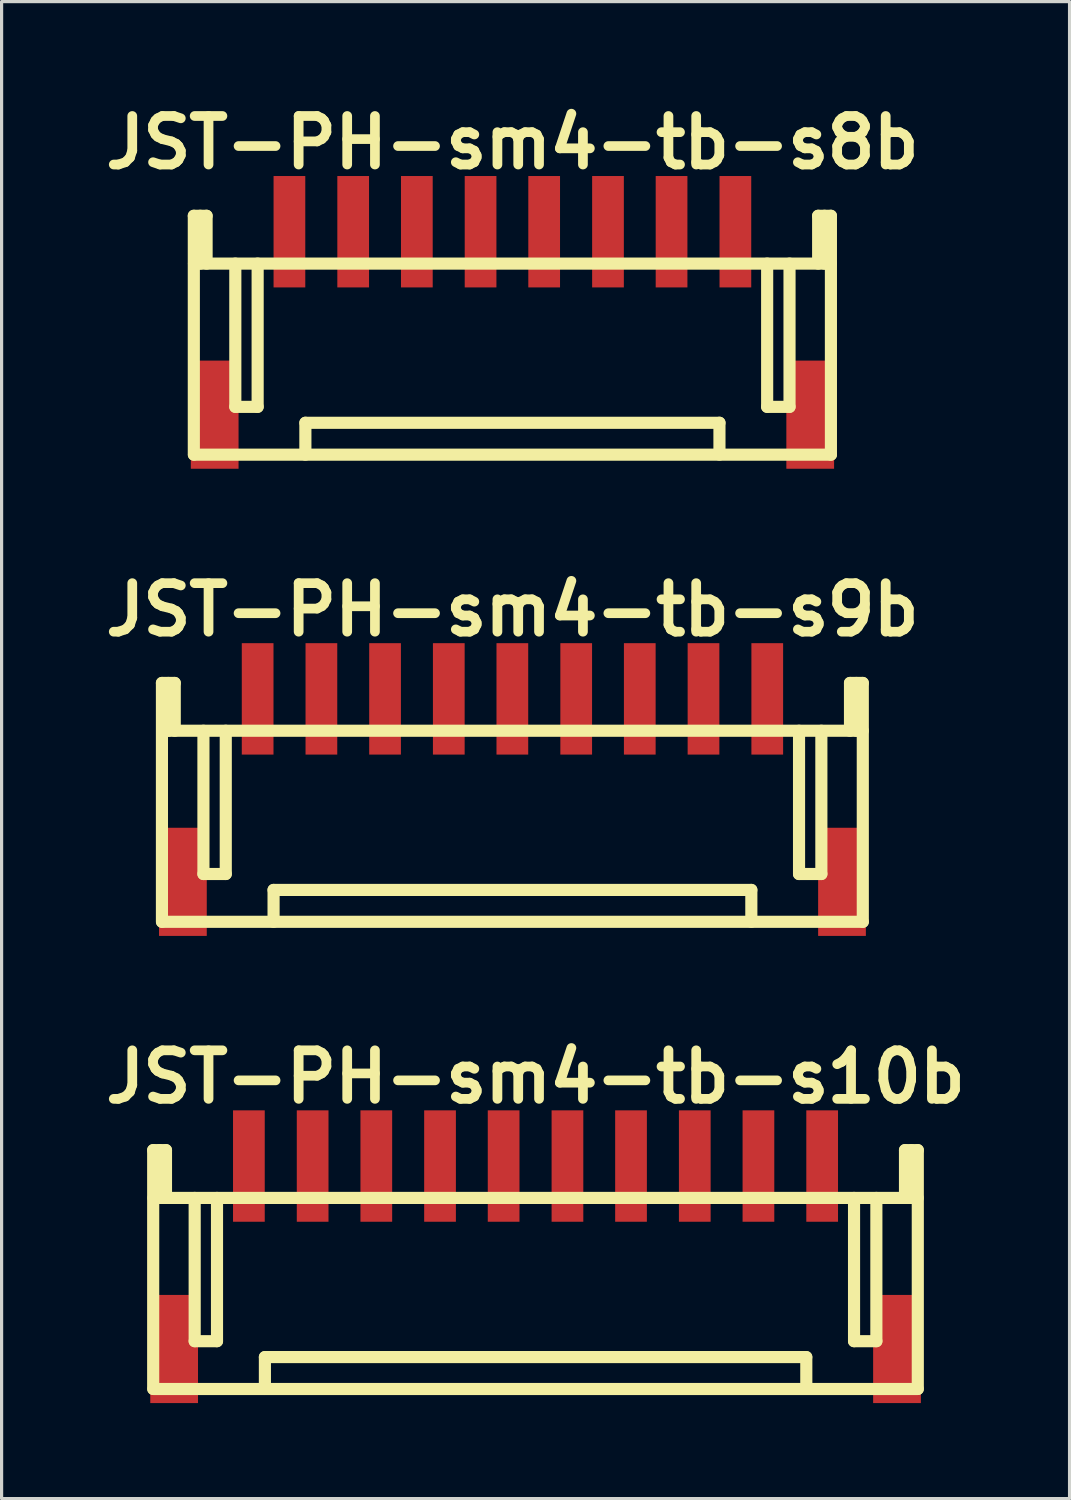
<source format=kicad_pcb>
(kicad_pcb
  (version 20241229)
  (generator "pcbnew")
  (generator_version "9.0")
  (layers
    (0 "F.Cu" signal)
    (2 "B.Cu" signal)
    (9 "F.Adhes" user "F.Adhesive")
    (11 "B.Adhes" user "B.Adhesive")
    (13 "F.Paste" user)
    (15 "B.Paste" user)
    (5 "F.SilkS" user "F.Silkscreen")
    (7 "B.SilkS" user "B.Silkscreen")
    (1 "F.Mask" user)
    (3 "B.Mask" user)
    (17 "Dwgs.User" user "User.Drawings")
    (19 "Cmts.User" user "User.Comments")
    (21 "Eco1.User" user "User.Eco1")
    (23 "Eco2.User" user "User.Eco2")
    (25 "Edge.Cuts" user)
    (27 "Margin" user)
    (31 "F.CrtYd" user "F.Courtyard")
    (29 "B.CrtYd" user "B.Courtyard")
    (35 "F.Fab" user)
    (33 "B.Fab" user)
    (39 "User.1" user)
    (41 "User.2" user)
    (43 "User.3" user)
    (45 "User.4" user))
  (footprint "JST-PH-sm4-tb-s8b"
    (layer "F.Cu")
    (at 13.041 4.226)
    (property "Reference" "JST-PH-sm4-tb-s8b" (at 0 -2.799 0) (layer "F.SilkS") (effects (font (size 1.524 1.524) (thickness 0.305))))
    (attr through_hole)
    (fp_line (start -10.005 7) (end -10.005 -0.5) (stroke (width 0.381) (type solid)) (layer "F.SilkS"))
    (fp_line (start -10 7) (end 10 7) (stroke (width 0.381) (type solid)) (layer "F.SilkS"))
    (fp_line (start -9.804 -0.5) (end -9.804 1.001) (stroke (width 0.381) (type solid)) (layer "F.SilkS"))
    (fp_line (start -9.604 -0.5) (end -10.005 -0.5) (stroke (width 0.381) (type solid)) (layer "F.SilkS"))
    (fp_line (start -9.604 1.001) (end -9.604 -0.5) (stroke (width 0.381) (type solid)) (layer "F.SilkS"))
    (fp_line (start -8.702 5.499) (end -8.702 1.001) (stroke (width 0.381) (type solid)) (layer "F.SilkS"))
    (fp_line (start -8.001 1.001) (end -8.001 5.499) (stroke (width 0.381) (type solid)) (layer "F.SilkS"))
    (fp_line (start -8.001 5.499) (end -8.702 5.499) (stroke (width 0.381) (type solid)) (layer "F.SilkS"))
    (fp_line (start -6.502 7) (end -6.502 5.999) (stroke (width 0.381) (type solid)) (layer "F.SilkS"))
    (fp_line (start 6.5 5.999) (end -6.5 5.999) (stroke (width 0.381) (type solid)) (layer "F.SilkS"))
    (fp_line (start 6.5 5.999) (end 6.5 6.998) (stroke (width 0.381) (type solid)) (layer "F.SilkS"))
    (fp_line (start 7.998 1.001) (end 7.998 5.499) (stroke (width 0.381) (type solid)) (layer "F.SilkS"))
    (fp_line (start 7.998 5.499) (end 8.7 5.499) (stroke (width 0.381) (type solid)) (layer "F.SilkS"))
    (fp_line (start 8.7 5.499) (end 8.7 1.001) (stroke (width 0.381) (type solid)) (layer "F.SilkS"))
    (fp_line (start 9.599 -0.5) (end 9.599 1.001) (stroke (width 0.381) (type solid)) (layer "F.SilkS"))
    (fp_line (start 9.799 1.001) (end 9.799 -0.5) (stroke (width 0.381) (type solid)) (layer "F.SilkS"))
    (fp_line (start 10 -0.5) (end 9.599 -0.5) (stroke (width 0.381) (type solid)) (layer "F.SilkS"))
    (fp_line (start 10 -0.5) (end 10 7) (stroke (width 0.381) (type solid)) (layer "F.SilkS"))
    (fp_line (start 10 1.001) (end -10 1.001) (stroke (width 0.381) (type solid)) (layer "F.SilkS"))
    (pad "" smd rect (at -9.35 5.745) (size 1.499 3.396) (layers "F.Cu" "F.Mask" "F.Paste"))
    (pad "" smd rect (at 9.35 5.745) (size 1.499 3.396) (layers "F.Cu" "F.Mask" "F.Paste"))
    (pad "1" smd rect (at -7.003 0) (size 0.996 3.498) (layers "F.Cu" "F.Mask" "F.Paste"))
    (pad "2" smd rect (at -5.001 0) (size 0.996 3.498) (layers "F.Cu" "F.Mask" "F.Paste"))
    (pad "3" smd rect (at -3.002 0) (size 0.996 3.498) (layers "F.Cu" "F.Mask" "F.Paste"))
    (pad "4" smd rect (at -1.001 0) (size 0.996 3.498) (layers "F.Cu" "F.Mask" "F.Paste"))
    (pad "5" smd rect (at 0.996 0) (size 0.996 3.498) (layers "F.Cu" "F.Mask" "F.Paste"))
    (pad "6" smd rect (at 3 0) (size 0.996 3.498) (layers "F.Cu" "F.Mask" "F.Paste"))
    (pad "7" smd rect (at 4.996 0) (size 0.996 3.498) (layers "F.Cu" "F.Mask" "F.Paste"))
    (pad "8" smd rect (at 7 0) (size 0.996 3.498) (layers "F.Cu" "F.Mask" "F.Paste")))
  (footprint "JST-PH-sm4-tb-s9b"
    (layer "F.Cu")
    (at 13.041 18.895)
    (property "Reference" "JST-PH-sm4-tb-s9b" (at 0 -2.799 0) (layer "F.SilkS") (effects (font (size 1.524 1.524) (thickness 0.305))))
    (attr through_hole)
    (fp_line (start -11.006 7) (end -11.006 -0.5) (stroke (width 0.381) (type solid)) (layer "F.SilkS"))
    (fp_line (start -11.001 7) (end 11.001 7) (stroke (width 0.381) (type solid)) (layer "F.SilkS"))
    (fp_line (start -10.805 -0.5) (end -10.805 1.001) (stroke (width 0.381) (type solid)) (layer "F.SilkS"))
    (fp_line (start -10.604 -0.5) (end -11.006 -0.5) (stroke (width 0.381) (type solid)) (layer "F.SilkS"))
    (fp_line (start -10.604 1.001) (end -10.604 -0.5) (stroke (width 0.381) (type solid)) (layer "F.SilkS"))
    (fp_line (start -9.703 5.499) (end -9.703 1.001) (stroke (width 0.381) (type solid)) (layer "F.SilkS"))
    (fp_line (start -9.002 1.001) (end -9.002 5.499) (stroke (width 0.381) (type solid)) (layer "F.SilkS"))
    (fp_line (start -9.002 5.499) (end -9.703 5.499) (stroke (width 0.381) (type solid)) (layer "F.SilkS"))
    (fp_line (start -7.501 7) (end -7.501 5.999) (stroke (width 0.381) (type solid)) (layer "F.SilkS"))
    (fp_line (start 7.501 5.999) (end -7.501 5.999) (stroke (width 0.381) (type solid)) (layer "F.SilkS"))
    (fp_line (start 7.501 5.999) (end 7.501 6.998) (stroke (width 0.381) (type solid)) (layer "F.SilkS"))
    (fp_line (start 8.999 1.001) (end 8.999 5.499) (stroke (width 0.381) (type solid)) (layer "F.SilkS"))
    (fp_line (start 8.999 5.499) (end 9.7 5.499) (stroke (width 0.381) (type solid)) (layer "F.SilkS"))
    (fp_line (start 9.7 5.499) (end 9.7 1.001) (stroke (width 0.381) (type solid)) (layer "F.SilkS"))
    (fp_line (start 10.599 -0.5) (end 10.599 1.001) (stroke (width 0.381) (type solid)) (layer "F.SilkS"))
    (fp_line (start 10.8 1.001) (end 10.8 -0.5) (stroke (width 0.381) (type solid)) (layer "F.SilkS"))
    (fp_line (start 11.001 -0.5) (end 10.599 -0.5) (stroke (width 0.381) (type solid)) (layer "F.SilkS"))
    (fp_line (start 11.001 -0.5) (end 11.001 7) (stroke (width 0.381) (type solid)) (layer "F.SilkS"))
    (fp_line (start 11.001 1.001) (end -11.001 1.001) (stroke (width 0.381) (type solid)) (layer "F.SilkS"))
    (pad "" smd rect (at -10.348 5.745) (size 1.499 3.396) (layers "F.Cu" "F.Mask" "F.Paste"))
    (pad "" smd rect (at 10.348 5.745) (size 1.499 3.396) (layers "F.Cu" "F.Mask" "F.Paste"))
    (pad "1" smd rect (at -8.001 0) (size 0.996 3.498) (layers "F.Cu" "F.Mask" "F.Paste"))
    (pad "2" smd rect (at -5.999 0) (size 0.996 3.498) (layers "F.Cu" "F.Mask" "F.Paste"))
    (pad "3" smd rect (at -4 0) (size 0.996 3.498) (layers "F.Cu" "F.Mask" "F.Paste"))
    (pad "4" smd rect (at -1.999 0) (size 0.996 3.498) (layers "F.Cu" "F.Mask" "F.Paste"))
    (pad "5" smd rect (at -0.003 0) (size 0.996 3.498) (layers "F.Cu" "F.Mask" "F.Paste"))
    (pad "6" smd rect (at 2.002 0) (size 0.996 3.498) (layers "F.Cu" "F.Mask" "F.Paste"))
    (pad "7" smd rect (at 3.998 0) (size 0.996 3.498) (layers "F.Cu" "F.Mask" "F.Paste"))
    (pad "8" smd rect (at 5.999 0) (size 0.996 3.498) (layers "F.Cu" "F.Mask" "F.Paste"))
    (pad "9" smd rect (at 8.001 0) (size 0.996 3.498) (layers "F.Cu" "F.Mask" "F.Paste")))
  (footprint "JST-PH-sm4-tb-s10b"
    (layer "F.Cu")
    (at 13.767 33.564)
    (property "Reference" "JST-PH-sm4-tb-s10b" (at 0 -2.799 0) (layer "F.SilkS") (effects (font (size 1.524 1.524) (thickness 0.305))))
    (attr through_hole)
    (fp_line (start -12.007 7) (end -12.007 -0.5) (stroke (width 0.381) (type solid)) (layer "F.SilkS"))
    (fp_line (start -11.999 7) (end 11.999 7) (stroke (width 0.381) (type solid)) (layer "F.SilkS"))
    (fp_line (start -11.806 -0.5) (end -11.806 1.001) (stroke (width 0.381) (type solid)) (layer "F.SilkS"))
    (fp_line (start -11.605 -0.5) (end -12.007 -0.5) (stroke (width 0.381) (type solid)) (layer "F.SilkS"))
    (fp_line (start -11.605 1.001) (end -11.605 -0.5) (stroke (width 0.381) (type solid)) (layer "F.SilkS"))
    (fp_line (start -10.704 5.499) (end -10.704 1.001) (stroke (width 0.381) (type solid)) (layer "F.SilkS"))
    (fp_line (start -10.003 1.001) (end -10.003 5.499) (stroke (width 0.381) (type solid)) (layer "F.SilkS"))
    (fp_line (start -10.003 5.499) (end -10.704 5.499) (stroke (width 0.381) (type solid)) (layer "F.SilkS"))
    (fp_line (start -8.499 7) (end -8.499 5.999) (stroke (width 0.381) (type solid)) (layer "F.SilkS"))
    (fp_line (start 8.499 5.999) (end -8.499 5.999) (stroke (width 0.381) (type solid)) (layer "F.SilkS"))
    (fp_line (start 8.501 5.999) (end 8.501 6.998) (stroke (width 0.381) (type solid)) (layer "F.SilkS"))
    (fp_line (start 10 1.001) (end 10 5.499) (stroke (width 0.381) (type solid)) (layer "F.SilkS"))
    (fp_line (start 10 5.499) (end 10.701 5.499) (stroke (width 0.381) (type solid)) (layer "F.SilkS"))
    (fp_line (start 10.701 5.499) (end 10.701 1.001) (stroke (width 0.381) (type solid)) (layer "F.SilkS"))
    (fp_line (start 11.6 -0.5) (end 11.6 1.001) (stroke (width 0.381) (type solid)) (layer "F.SilkS"))
    (fp_line (start 11.801 1.001) (end 11.801 -0.5) (stroke (width 0.381) (type solid)) (layer "F.SilkS"))
    (fp_line (start 11.999 1.001) (end -11.999 1.001) (stroke (width 0.381) (type solid)) (layer "F.SilkS"))
    (fp_line (start 12.002 -0.5) (end 11.6 -0.5) (stroke (width 0.381) (type solid)) (layer "F.SilkS"))
    (fp_line (start 12.002 -0.5) (end 12.002 7) (stroke (width 0.381) (type solid)) (layer "F.SilkS"))
    (pad "" smd rect (at -11.349 5.745) (size 1.499 3.396) (layers "F.Cu" "F.Mask" "F.Paste"))
    (pad "" smd rect (at 11.349 5.745) (size 1.499 3.396) (layers "F.Cu" "F.Mask" "F.Paste"))
    (pad "1" smd rect (at -9.002 0) (size 0.996 3.498) (layers "F.Cu" "F.Mask" "F.Paste"))
    (pad "2" smd rect (at -7 0) (size 0.996 3.498) (layers "F.Cu" "F.Mask" "F.Paste"))
    (pad "3" smd rect (at -5.001 0) (size 0.996 3.498) (layers "F.Cu" "F.Mask" "F.Paste"))
    (pad "4" smd rect (at -3 0) (size 0.996 3.498) (layers "F.Cu" "F.Mask" "F.Paste"))
    (pad "5" smd rect (at -1.003 0) (size 0.996 3.498) (layers "F.Cu" "F.Mask" "F.Paste"))
    (pad "6" smd rect (at 1.001 0) (size 0.996 3.498) (layers "F.Cu" "F.Mask" "F.Paste"))
    (pad "7" smd rect (at 2.997 0) (size 0.996 3.498) (layers "F.Cu" "F.Mask" "F.Paste"))
    (pad "8" smd rect (at 4.999 0) (size 0.996 3.498) (layers "F.Cu" "F.Mask" "F.Paste"))
    (pad "9" smd rect (at 6.998 0) (size 0.996 3.498) (layers "F.Cu" "F.Mask" "F.Paste"))
    (pad "10" smd rect (at 8.999 0) (size 0.996 3.498) (layers "F.Cu" "F.Mask" "F.Paste")))
  (gr_rect
    (start -3 -3)
    (end 30.534 44.007)
    (stroke (width 0.1) (type default))
    (fill no)
    (layer "Edge.Cuts")))
</source>
